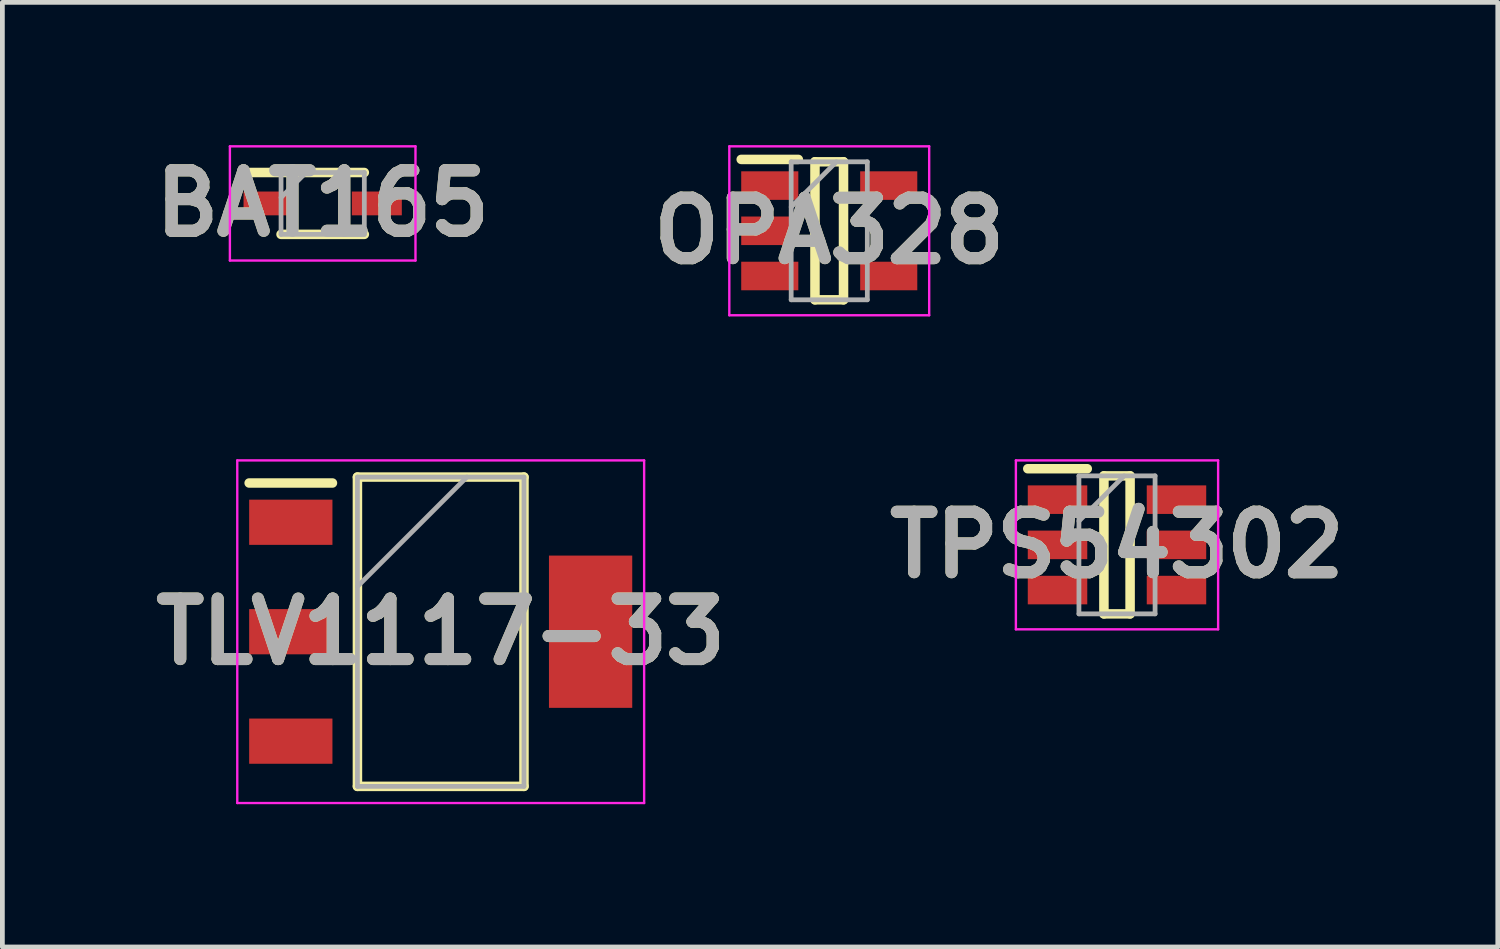
<source format=kicad_pcb>
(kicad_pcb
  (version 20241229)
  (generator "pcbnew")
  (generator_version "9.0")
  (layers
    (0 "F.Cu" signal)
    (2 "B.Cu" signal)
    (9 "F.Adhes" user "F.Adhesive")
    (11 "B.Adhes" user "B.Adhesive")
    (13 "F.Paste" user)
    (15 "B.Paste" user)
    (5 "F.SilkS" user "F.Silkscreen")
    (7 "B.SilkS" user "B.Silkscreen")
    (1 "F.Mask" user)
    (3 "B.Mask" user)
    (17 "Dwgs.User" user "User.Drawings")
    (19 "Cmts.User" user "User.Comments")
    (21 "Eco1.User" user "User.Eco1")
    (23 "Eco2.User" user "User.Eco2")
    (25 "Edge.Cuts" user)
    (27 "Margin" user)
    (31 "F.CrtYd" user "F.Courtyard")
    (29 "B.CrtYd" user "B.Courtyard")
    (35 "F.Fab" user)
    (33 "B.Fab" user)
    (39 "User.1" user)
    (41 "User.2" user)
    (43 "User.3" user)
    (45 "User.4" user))
  (footprint "BAT165"
    (layer "F.Cu")
    (at 3.731 1.225)
    (property "Reference" "BAT165" (at 0 0 0) (layer "F.SilkS") (effects (font (size 1.27 1.27) (thickness 0.254))))
    (attr smd)
    (fp_line (start -1.662 -0.65) (end 0.875 -0.65) (stroke (width 0.2) (type solid)) (layer "F.SilkS"))
    (fp_line (start -0.875 0.65) (end 0.875 0.65) (stroke (width 0.2) (type solid)) (layer "F.SilkS"))
    (fp_line (start -1.95 -1.2) (end 1.95 -1.2) (stroke (width 0.05) (type solid)) (layer "F.CrtYd"))
    (fp_line (start -1.95 1.2) (end -1.95 -1.2) (stroke (width 0.05) (type solid)) (layer "F.CrtYd"))
    (fp_line (start 1.95 -1.2) (end 1.95 1.2) (stroke (width 0.05) (type solid)) (layer "F.CrtYd"))
    (fp_line (start 1.95 1.2) (end -1.95 1.2) (stroke (width 0.05) (type solid)) (layer "F.CrtYd"))
    (fp_line (start -0.875 -0.65) (end 0.875 -0.65) (stroke (width 0.1) (type solid)) (layer "F.Fab"))
    (fp_line (start -0.875 -0.125) (end -0.35 -0.65) (stroke (width 0.1) (type solid)) (layer "F.Fab"))
    (fp_line (start -0.875 0.65) (end -0.875 -0.65) (stroke (width 0.1) (type solid)) (layer "F.Fab"))
    (fp_line (start 0.875 -0.65) (end 0.875 0.65) (stroke (width 0.1) (type solid)) (layer "F.Fab"))
    (fp_line (start 0.875 0.65) (end -0.875 0.65) (stroke (width 0.1) (type solid)) (layer "F.Fab"))
    (fp_text user "${REFERENCE}" (at 0 0 0) (layer "F.Fab") (effects (font (size 1.27 1.27) (thickness 0.254))))
    (pad "1" smd rect (at -1.138 0 90) (size 0.5 1.05) (layers "F.Cu" "F.Mask" "F.Paste"))
    (pad "2" smd rect (at 1.138 0 90) (size 0.5 1.05) (layers "F.Cu" "F.Mask" "F.Paste")))
  (footprint "TPS54302"
    (layer "F.Cu")
    (at 20.423 8.4)
    (property "Reference" "TPS54302" (at 0 0 0) (layer "F.SilkS") (effects (font (size 1.27 1.27) (thickness 0.254))))
    (attr smd)
    (fp_line (start -1.875 -1.6) (end -0.625 -1.6) (stroke (width 0.2) (type solid)) (layer "F.SilkS"))
    (fp_line (start -0.275 -1.45) (end 0.275 -1.45) (stroke (width 0.2) (type solid)) (layer "F.SilkS"))
    (fp_line (start -0.275 1.45) (end -0.275 -1.45) (stroke (width 0.2) (type solid)) (layer "F.SilkS"))
    (fp_line (start 0.275 -1.45) (end 0.275 1.45) (stroke (width 0.2) (type solid)) (layer "F.SilkS"))
    (fp_line (start 0.275 1.45) (end -0.275 1.45) (stroke (width 0.2) (type solid)) (layer "F.SilkS"))
    (fp_line (start -2.125 -1.775) (end 2.125 -1.775) (stroke (width 0.05) (type solid)) (layer "F.CrtYd"))
    (fp_line (start -2.125 1.775) (end -2.125 -1.775) (stroke (width 0.05) (type solid)) (layer "F.CrtYd"))
    (fp_line (start 2.125 -1.775) (end 2.125 1.775) (stroke (width 0.05) (type solid)) (layer "F.CrtYd"))
    (fp_line (start 2.125 1.775) (end -2.125 1.775) (stroke (width 0.05) (type solid)) (layer "F.CrtYd"))
    (fp_line (start -0.8 -1.45) (end 0.8 -1.45) (stroke (width 0.1) (type solid)) (layer "F.Fab"))
    (fp_line (start -0.8 -0.5) (end 0.15 -1.45) (stroke (width 0.1) (type solid)) (layer "F.Fab"))
    (fp_line (start -0.8 1.45) (end -0.8 -1.45) (stroke (width 0.1) (type solid)) (layer "F.Fab"))
    (fp_line (start 0.8 -1.45) (end 0.8 1.45) (stroke (width 0.1) (type solid)) (layer "F.Fab"))
    (fp_line (start 0.8 1.45) (end -0.8 1.45) (stroke (width 0.1) (type solid)) (layer "F.Fab"))
    (fp_text user "${REFERENCE}" (at 0 0 0) (layer "F.Fab") (effects (font (size 1.27 1.27) (thickness 0.254))))
    (pad "1" smd rect (at -1.25 -0.95 90) (size 0.6 1.25) (layers "F.Cu" "F.Mask" "F.Paste"))
    (pad "2" smd rect (at -1.25 0 90) (size 0.6 1.25) (layers "F.Cu" "F.Mask" "F.Paste"))
    (pad "3" smd rect (at -1.25 0.95 90) (size 0.6 1.25) (layers "F.Cu" "F.Mask" "F.Paste"))
    (pad "4" smd rect (at 1.25 0.95 90) (size 0.6 1.25) (layers "F.Cu" "F.Mask" "F.Paste"))
    (pad "5" smd rect (at 1.25 0 90) (size 0.6 1.25) (layers "F.Cu" "F.Mask" "F.Paste"))
    (pad "6" smd rect (at 1.25 -0.95 90) (size 0.6 1.25) (layers "F.Cu" "F.Mask" "F.Paste")))
  (footprint "OPA328"
    (layer "F.Cu")
    (at 14.376 1.8)
    (property "Reference" "OPA328" (at 0 0 0) (layer "F.SilkS") (effects (font (size 1.27 1.27) (thickness 0.254))))
    (attr smd)
    (fp_line (start -1.85 -1.5) (end -0.65 -1.5) (stroke (width 0.2) (type solid)) (layer "F.SilkS"))
    (fp_line (start -0.3 -1.45) (end 0.3 -1.45) (stroke (width 0.2) (type solid)) (layer "F.SilkS"))
    (fp_line (start -0.3 1.45) (end -0.3 -1.45) (stroke (width 0.2) (type solid)) (layer "F.SilkS"))
    (fp_line (start 0.3 -1.45) (end 0.3 1.45) (stroke (width 0.2) (type solid)) (layer "F.SilkS"))
    (fp_line (start 0.3 1.45) (end -0.3 1.45) (stroke (width 0.2) (type solid)) (layer "F.SilkS"))
    (fp_line (start -2.1 -1.775) (end 2.1 -1.775) (stroke (width 0.05) (type solid)) (layer "F.CrtYd"))
    (fp_line (start -2.1 1.775) (end -2.1 -1.775) (stroke (width 0.05) (type solid)) (layer "F.CrtYd"))
    (fp_line (start 2.1 -1.775) (end 2.1 1.775) (stroke (width 0.05) (type solid)) (layer "F.CrtYd"))
    (fp_line (start 2.1 1.775) (end -2.1 1.775) (stroke (width 0.05) (type solid)) (layer "F.CrtYd"))
    (fp_line (start -0.8 -1.45) (end 0.8 -1.45) (stroke (width 0.1) (type solid)) (layer "F.Fab"))
    (fp_line (start -0.8 -0.5) (end 0.15 -1.45) (stroke (width 0.1) (type solid)) (layer "F.Fab"))
    (fp_line (start -0.8 1.45) (end -0.8 -1.45) (stroke (width 0.1) (type solid)) (layer "F.Fab"))
    (fp_line (start 0.8 -1.45) (end 0.8 1.45) (stroke (width 0.1) (type solid)) (layer "F.Fab"))
    (fp_line (start 0.8 1.45) (end -0.8 1.45) (stroke (width 0.1) (type solid)) (layer "F.Fab"))
    (fp_text user "${REFERENCE}" (at 0 0 0) (layer "F.Fab") (effects (font (size 1.27 1.27) (thickness 0.254))))
    (pad "1" smd rect (at -1.25 -0.95 90) (size 0.6 1.2) (layers "F.Cu" "F.Mask" "F.Paste"))
    (pad "2" smd rect (at -1.25 0 90) (size 0.6 1.2) (layers "F.Cu" "F.Mask" "F.Paste"))
    (pad "3" smd rect (at -1.25 0.95 90) (size 0.6 1.2) (layers "F.Cu" "F.Mask" "F.Paste"))
    (pad "4" smd rect (at 1.25 0.95 90) (size 0.6 1.2) (layers "F.Cu" "F.Mask" "F.Paste"))
    (pad "5" smd rect (at 1.25 -0.95 90) (size 0.6 1.2) (layers "F.Cu" "F.Mask" "F.Paste")))
  (footprint "TLV1117-33"
    (layer "F.Cu")
    (at 6.211 10.225)
    (property "Reference" "TLV1117-33" (at 0 0 0) (layer "F.SilkS") (effects (font (size 1.27 1.27) (thickness 0.254))))
    (attr smd)
    (fp_line (start -4.025 -3.125) (end -2.275 -3.125) (stroke (width 0.2) (type solid)) (layer "F.SilkS"))
    (fp_line (start -1.75 -3.25) (end 1.75 -3.25) (stroke (width 0.2) (type solid)) (layer "F.SilkS"))
    (fp_line (start -1.75 3.25) (end -1.75 -3.25) (stroke (width 0.2) (type solid)) (layer "F.SilkS"))
    (fp_line (start 1.75 -3.25) (end 1.75 3.25) (stroke (width 0.2) (type solid)) (layer "F.SilkS"))
    (fp_line (start 1.75 3.25) (end -1.75 3.25) (stroke (width 0.2) (type solid)) (layer "F.SilkS"))
    (fp_line (start -4.275 -3.6) (end 4.275 -3.6) (stroke (width 0.05) (type solid)) (layer "F.CrtYd"))
    (fp_line (start -4.275 3.6) (end -4.275 -3.6) (stroke (width 0.05) (type solid)) (layer "F.CrtYd"))
    (fp_line (start 4.275 -3.6) (end 4.275 3.6) (stroke (width 0.05) (type solid)) (layer "F.CrtYd"))
    (fp_line (start 4.275 3.6) (end -4.275 3.6) (stroke (width 0.05) (type solid)) (layer "F.CrtYd"))
    (fp_line (start -1.75 -3.25) (end 1.75 -3.25) (stroke (width 0.1) (type solid)) (layer "F.Fab"))
    (fp_line (start -1.75 -0.95) (end 0.55 -3.25) (stroke (width 0.1) (type solid)) (layer "F.Fab"))
    (fp_line (start -1.75 3.25) (end -1.75 -3.25) (stroke (width 0.1) (type solid)) (layer "F.Fab"))
    (fp_line (start 1.75 -3.25) (end 1.75 3.25) (stroke (width 0.1) (type solid)) (layer "F.Fab"))
    (fp_line (start 1.75 3.25) (end -1.75 3.25) (stroke (width 0.1) (type solid)) (layer "F.Fab"))
    (fp_text user "${REFERENCE}" (at 0 0 0) (layer "F.Fab") (effects (font (size 1.27 1.27) (thickness 0.254))))
    (pad "1" smd rect (at -3.15 -2.3 90) (size 0.95 1.75) (layers "F.Cu" "F.Mask" "F.Paste"))
    (pad "2" smd rect (at -3.15 0 90) (size 0.95 1.75) (layers "F.Cu" "F.Mask" "F.Paste"))
    (pad "3" smd rect (at -3.15 2.3 90) (size 0.95 1.75) (layers "F.Cu" "F.Mask" "F.Paste"))
    (pad "4" smd rect (at 3.15 0) (size 1.75 3.2) (layers "F.Cu" "F.Mask" "F.Paste")))
  (gr_rect
    (start -3 -3)
    (end 28.425 16.85)
    (stroke (width 0.1) (type default))
    (fill no)
    (layer "Edge.Cuts")))
</source>
